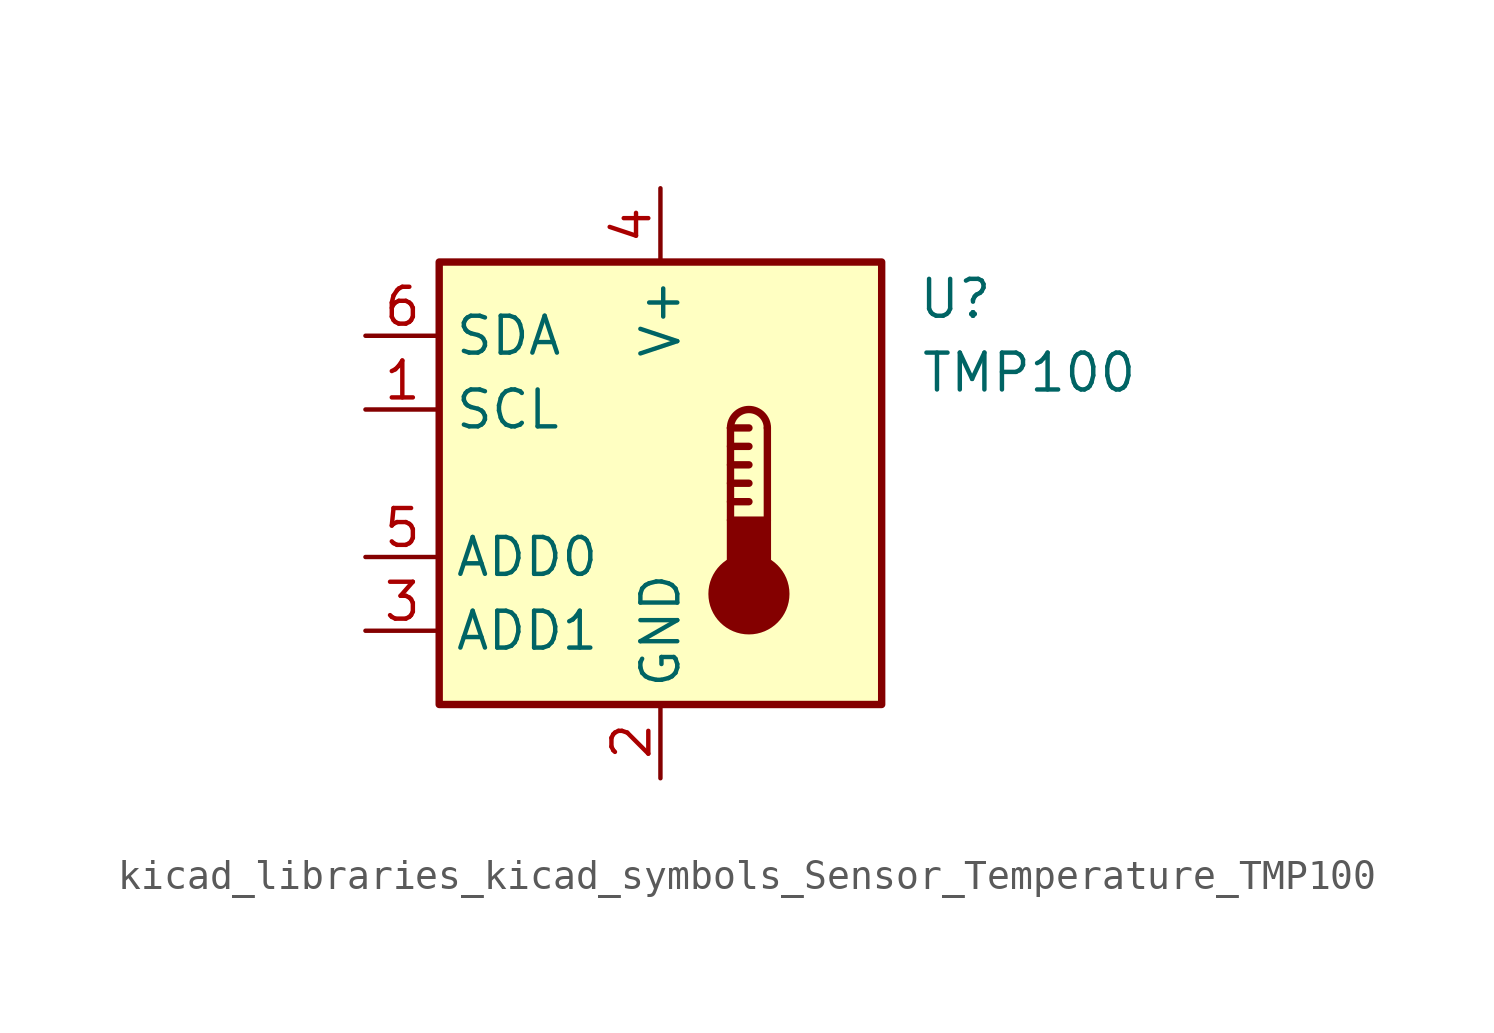
<source format=kicad_sym>
(kicad_symbol_lib
  (version 20220914)
  (generator kicad_symbol_editor)
  (symbol "kicad_libraries_kicad_symbols_Sensor_Temperature_TMP100"
    (property "Reference" "U"
      (at 10.16 6.35 0)
      (effects (font (size 1.27 1.27))))
    (property "Value" "TMP100"
      (at 12.7 3.81 0)
      (effects (font (size 1.27 1.27))))
    (symbol "kicad_libraries_kicad_symbols_Sensor_Temperature_TMP100_0_1"
      (rectangle (start -7.62 7.62) (end 7.62 -7.62) (stroke (width 0.254) (type default)) (fill (type background))))
    (symbol "kicad_libraries_kicad_symbols_Sensor_Temperature_TMP100_1_1"
      (polyline (pts (xy 2.413 -0.635) (xy 3.048 -0.635)) (stroke (width 0.254) (type default)) (fill (type none)))
      (polyline (pts (xy 2.413 0) (xy 3.048 0)) (stroke (width 0.254) (type default)) (fill (type none)))
      (polyline (pts (xy 2.413 0.635) (xy 3.048 0.635)) (stroke (width 0.254) (type default)) (fill (type none)))
      (polyline (pts (xy 2.413 1.27) (xy 3.048 1.27)) (stroke (width 0.254) (type default)) (fill (type none)))
      (polyline (pts (xy 2.413 1.905) (xy 2.413 -1.27)) (stroke (width 0.254) (type default)) (fill (type none)))
      (polyline (pts (xy 2.413 1.905) (xy 3.048 1.905)) (stroke (width 0.254) (type default)) (fill (type none)))
      (polyline (pts (xy 3.683 1.905) (xy 3.683 -1.27)) (stroke (width 0.254) (type default)) (fill (type none)))
      (circle (center 3.048 -3.81) (radius 1.27) (stroke (width 0.254) (type default)) (fill (type outline)))
      (rectangle (start 3.683 -3.175) (end 2.413 -1.27) (stroke (width 0.254) (type default)) (fill (type outline)))
      (arc (start 3.683 1.905) (mid 3.048 2.5373) (end 2.413 1.905) (stroke (width 0.254) (type default)) (fill (type none)))
      (pin input line (at -10.16 2.54 0) (length 2.54) (name "SCL" (effects (font (size 1.27 1.27)))) (number "1" (effects (font (size 1.27 1.27)))))
      (pin power_in line (at 0 -10.16 90) (length 2.54) (name "GND" (effects (font (size 1.27 1.27)))) (number "2" (effects (font (size 1.27 1.27)))))
      (pin input line (at -10.16 -5.08 0) (length 2.54) (name "ADD1" (effects (font (size 1.27 1.27)))) (number "3" (effects (font (size 1.27 1.27)))))
      (pin power_in line (at 0 10.16 270) (length 2.54) (name "V+" (effects (font (size 1.27 1.27)))) (number "4" (effects (font (size 1.27 1.27)))))
      (pin input line (at -10.16 -2.54 0) (length 2.54) (name "ADD0" (effects (font (size 1.27 1.27)))) (number "5" (effects (font (size 1.27 1.27)))))
      (pin bidirectional line (at -10.16 5.08 0) (length 2.54) (name "SDA" (effects (font (size 1.27 1.27)))) (number "6" (effects (font (size 1.27 1.27))))))))
</source>
